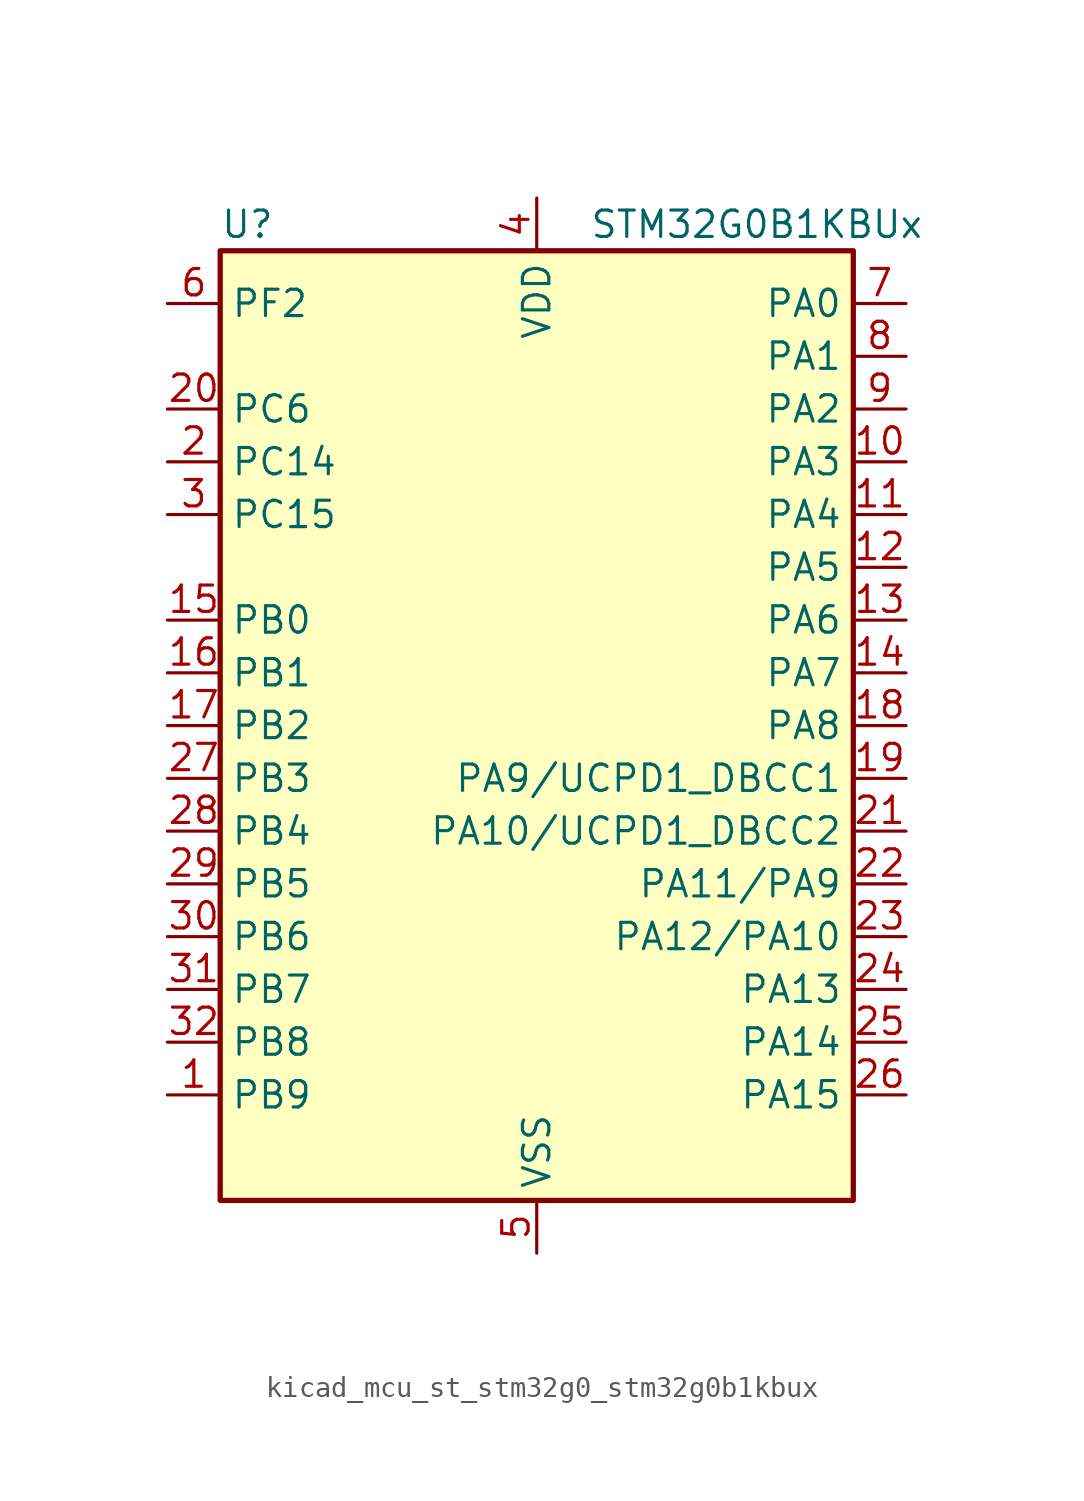
<source format=kicad_sym>
(kicad_symbol_lib
  (version 20220914)
  (generator kicad_symbol_editor)
  (symbol "kicad_mcu_st_stm32g0_stm32g0b1kbux"
    (property "Reference" "U"
      (at -15.24 24.13 0)
      (effects (font (size 1.27 1.27)) (justify left)))
    (property "Value" "STM32G0B1KBUx"
      (at 2.54 24.13 0)
      (effects (font (size 1.27 1.27)) (justify left)))
    (property "ki_locked" ""
      (at 0 0 0)
      (effects (font (size 1.27 1.27))))
    (symbol "kicad_mcu_st_stm32g0_stm32g0b1kbux_0_1"
      (rectangle (start -15.24 -22.86) (end 15.24 22.86) (stroke (width 0.254) (type default)) (fill (type background))))
    (symbol "kicad_mcu_st_stm32g0_stm32g0b1kbux_1_1"
      (pin bidirectional line (at -17.78 -17.78 0) (length 2.54) (name "PB9" (effects (font (size 1.27 1.27)))) (number "1" (effects (font (size 1.27 1.27)))) (alternate "DAC1_EXTI9" bidirectional line) (alternate "FDCAN1_TX" bidirectional line) (alternate "I2C1_SDA" bidirectional line) (alternate "I2S2_WS" bidirectional line) (alternate "IR_OUT" bidirectional line) (alternate "SPI2_NSS" bidirectional line) (alternate "TIM17_CH1" bidirectional line) (alternate "TIM4_CH4" bidirectional line) (alternate "USART3_RX" bidirectional line) (alternate "USART6_RX" bidirectional line))
      (pin bidirectional line (at 17.78 12.7 180) (length 2.54) (name "PA3" (effects (font (size 1.27 1.27)))) (number "10" (effects (font (size 1.27 1.27)))) (alternate "ADC1_IN3" bidirectional line) (alternate "COMP2_INP" bidirectional line) (alternate "I2S2_MCK" bidirectional line) (alternate "LPUART1_RX" bidirectional line) (alternate "SPI2_MISO" bidirectional line) (alternate "TIM15_CH2" bidirectional line) (alternate "TIM2_CH4" bidirectional line) (alternate "USART2_RX" bidirectional line))
      (pin bidirectional line (at 17.78 10.16 180) (length 2.54) (name "PA4" (effects (font (size 1.27 1.27)))) (number "11" (effects (font (size 1.27 1.27)))) (alternate "ADC1_IN4" bidirectional line) (alternate "DAC1_OUT1" bidirectional line) (alternate "I2S1_WS" bidirectional line) (alternate "I2S2_SD" bidirectional line) (alternate "LPTIM2_OUT" bidirectional line) (alternate "RTC_OUT1" bidirectional line) (alternate "RTC_TAMP_IN1" bidirectional line) (alternate "RTC_TS" bidirectional line) (alternate "SPI1_NSS" bidirectional line) (alternate "SPI2_MOSI" bidirectional line) (alternate "SPI3_NSS" bidirectional line) (alternate "SYS_WKUP2" bidirectional line) (alternate "TIM14_CH1" bidirectional line) (alternate "USART6_TX" bidirectional line) (alternate "USB_NOE" bidirectional line))
      (pin bidirectional line (at 17.78 7.62 180) (length 2.54) (name "PA5" (effects (font (size 1.27 1.27)))) (number "12" (effects (font (size 1.27 1.27)))) (alternate "ADC1_IN5" bidirectional line) (alternate "CEC" bidirectional line) (alternate "DAC1_OUT2" bidirectional line) (alternate "I2S1_CK" bidirectional line) (alternate "LPTIM2_ETR" bidirectional line) (alternate "SPI1_SCK" bidirectional line) (alternate "TIM2_CH1" bidirectional line) (alternate "TIM2_ETR" bidirectional line) (alternate "UCPD1_FRSTX1" bidirectional line) (alternate "UCPD1_FRSTX2" bidirectional line) (alternate "USART3_TX" bidirectional line) (alternate "USART6_RX" bidirectional line))
      (pin bidirectional line (at 17.78 5.08 180) (length 2.54) (name "PA6" (effects (font (size 1.27 1.27)))) (number "13" (effects (font (size 1.27 1.27)))) (alternate "ADC1_IN6" bidirectional line) (alternate "COMP1_OUT" bidirectional line) (alternate "I2C2_SDA" bidirectional line) (alternate "I2C3_SDA" bidirectional line) (alternate "I2S1_MCK" bidirectional line) (alternate "LPUART1_CTS" bidirectional line) (alternate "SPI1_MISO" bidirectional line) (alternate "TIM16_CH1" bidirectional line) (alternate "TIM1_BK" bidirectional line) (alternate "TIM3_CH1" bidirectional line) (alternate "USART3_CTS" bidirectional line) (alternate "USART3_NSS" bidirectional line) (alternate "USART6_CTS" bidirectional line) (alternate "USART6_NSS" bidirectional line))
      (pin bidirectional line (at 17.78 2.54 180) (length 2.54) (name "PA7" (effects (font (size 1.27 1.27)))) (number "14" (effects (font (size 1.27 1.27)))) (alternate "ADC1_IN7" bidirectional line) (alternate "COMP2_OUT" bidirectional line) (alternate "I2C2_SCL" bidirectional line) (alternate "I2C3_SCL" bidirectional line) (alternate "I2S1_SD" bidirectional line) (alternate "SPI1_MOSI" bidirectional line) (alternate "TIM14_CH1" bidirectional line) (alternate "TIM17_CH1" bidirectional line) (alternate "TIM1_CH1N" bidirectional line) (alternate "TIM3_CH2" bidirectional line) (alternate "UCPD1_FRSTX1" bidirectional line) (alternate "UCPD1_FRSTX2" bidirectional line) (alternate "USART6_CK" bidirectional line) (alternate "USART6_DE" bidirectional line) (alternate "USART6_RTS" bidirectional line))
      (pin bidirectional line (at -17.78 5.08 0) (length 2.54) (name "PB0" (effects (font (size 1.27 1.27)))) (number "15" (effects (font (size 1.27 1.27)))) (alternate "ADC1_IN8" bidirectional line) (alternate "COMP1_OUT" bidirectional line) (alternate "COMP3_INP" bidirectional line) (alternate "FDCAN2_RX" bidirectional line) (alternate "I2S1_WS" bidirectional line) (alternate "LPTIM1_OUT" bidirectional line) (alternate "LPUART2_CTS" bidirectional line) (alternate "SPI1_NSS" bidirectional line) (alternate "TIM1_CH2N" bidirectional line) (alternate "TIM3_CH3" bidirectional line) (alternate "UCPD1_FRSTX1" bidirectional line) (alternate "UCPD1_FRSTX2" bidirectional line) (alternate "USART3_RX" bidirectional line) (alternate "USART5_TX" bidirectional line))
      (pin bidirectional line (at -17.78 2.54 0) (length 2.54) (name "PB1" (effects (font (size 1.27 1.27)))) (number "16" (effects (font (size 1.27 1.27)))) (alternate "ADC1_IN9" bidirectional line) (alternate "COMP1_INM" bidirectional line) (alternate "COMP3_OUT" bidirectional line) (alternate "FDCAN2_TX" bidirectional line) (alternate "LPTIM2_IN1" bidirectional line) (alternate "LPUART1_DE" bidirectional line) (alternate "LPUART1_RTS" bidirectional line) (alternate "LPUART2_DE" bidirectional line) (alternate "LPUART2_RTS" bidirectional line) (alternate "TIM14_CH1" bidirectional line) (alternate "TIM1_CH3N" bidirectional line) (alternate "TIM3_CH4" bidirectional line) (alternate "USART3_CK" bidirectional line) (alternate "USART3_DE" bidirectional line) (alternate "USART3_RTS" bidirectional line) (alternate "USART5_RX" bidirectional line))
      (pin bidirectional line (at -17.78 0 0) (length 2.54) (name "PB2" (effects (font (size 1.27 1.27)))) (number "17" (effects (font (size 1.27 1.27)))) (alternate "ADC1_IN10" bidirectional line) (alternate "COMP1_INP" bidirectional line) (alternate "COMP3_INM" bidirectional line) (alternate "I2S2_MCK" bidirectional line) (alternate "LPTIM1_OUT" bidirectional line) (alternate "RCC_MCO_2" bidirectional line) (alternate "SPI2_MISO" bidirectional line) (alternate "USART3_TX" bidirectional line))
      (pin bidirectional line (at 17.78 0 180) (length 2.54) (name "PA8" (effects (font (size 1.27 1.27)))) (number "18" (effects (font (size 1.27 1.27)))) (alternate "CRS1_SYNC" bidirectional line) (alternate "I2C2_SMBA" bidirectional line) (alternate "I2S2_WS" bidirectional line) (alternate "LPTIM2_OUT" bidirectional line) (alternate "RCC_MCO" bidirectional line) (alternate "SPI2_NSS" bidirectional line) (alternate "TIM1_CH1" bidirectional line) (alternate "UCPD1_CC1" bidirectional line))
      (pin bidirectional line (at 17.78 -2.54 180) (length 2.54) (name "PA9/UCPD1_DBCC1" (effects (font (size 1.27 1.27)))) (number "19" (effects (font (size 1.27 1.27)))) (alternate "DAC1_EXTI9" bidirectional line) (alternate "I2C1_SCL" bidirectional line) (alternate "I2C2_SCL" bidirectional line) (alternate "I2S2_MCK" bidirectional line) (alternate "RCC_MCO" bidirectional line) (alternate "SPI2_MISO" bidirectional line) (alternate "TIM15_BK" bidirectional line) (alternate "TIM1_CH2" bidirectional line) (alternate "UCPD1_DBCC1" bidirectional line) (alternate "USART1_TX" bidirectional line))
      (pin bidirectional line (at -17.78 12.7 0) (length 2.54) (name "PC14" (effects (font (size 1.27 1.27)))) (number "2" (effects (font (size 1.27 1.27)))) (alternate "RCC_OSC32_IN" bidirectional line) (alternate "RCC_OSC_IN" bidirectional line) (alternate "TIM1_BK2" bidirectional line))
      (pin bidirectional line (at -17.78 15.24 0) (length 2.54) (name "PC6" (effects (font (size 1.27 1.27)))) (number "20" (effects (font (size 1.27 1.27)))) (alternate "LPUART2_TX" bidirectional line) (alternate "TIM2_CH3" bidirectional line) (alternate "TIM3_CH1" bidirectional line) (alternate "UCPD1_FRSTX1" bidirectional line) (alternate "UCPD1_FRSTX2" bidirectional line))
      (pin bidirectional line (at 17.78 -5.08 180) (length 2.54) (name "PA10/UCPD1_DBCC2" (effects (font (size 1.27 1.27)))) (number "21" (effects (font (size 1.27 1.27)))) (alternate "I2C1_SDA" bidirectional line) (alternate "I2C2_SDA" bidirectional line) (alternate "I2S2_SD" bidirectional line) (alternate "RCC_MCO_2" bidirectional line) (alternate "SPI2_MOSI" bidirectional line) (alternate "TIM17_BK" bidirectional line) (alternate "TIM1_CH3" bidirectional line) (alternate "UCPD1_DBCC2" bidirectional line) (alternate "USART1_RX" bidirectional line))
      (pin bidirectional line (at 17.78 -7.62 180) (length 2.54) (name "PA11/PA9" (effects (font (size 1.27 1.27)))) (number "22" (effects (font (size 1.27 1.27)))) (alternate "ADC1_EXTI11" bidirectional line) (alternate "COMP1_OUT" bidirectional line) (alternate "FDCAN1_RX" bidirectional line) (alternate "I2C2_SCL" bidirectional line) (alternate "I2S1_MCK" bidirectional line) (alternate "SPI1_MISO" bidirectional line) (alternate "TIM1_BK2" bidirectional line) (alternate "TIM1_CH4" bidirectional line) (alternate "USART1_CTS" bidirectional line) (alternate "USART1_NSS" bidirectional line) (alternate "USB_DM" bidirectional line))
      (pin bidirectional line (at 17.78 -10.16 180) (length 2.54) (name "PA12/PA10" (effects (font (size 1.27 1.27)))) (number "23" (effects (font (size 1.27 1.27)))) (alternate "COMP2_OUT" bidirectional line) (alternate "FDCAN1_TX" bidirectional line) (alternate "I2C2_SDA" bidirectional line) (alternate "I2S1_SD" bidirectional line) (alternate "I2S_CKIN" bidirectional line) (alternate "SPI1_MOSI" bidirectional line) (alternate "TIM1_ETR" bidirectional line) (alternate "USART1_CK" bidirectional line) (alternate "USART1_DE" bidirectional line) (alternate "USART1_RTS" bidirectional line) (alternate "USB_DP" bidirectional line))
      (pin bidirectional line (at 17.78 -12.7 180) (length 2.54) (name "PA13" (effects (font (size 1.27 1.27)))) (number "24" (effects (font (size 1.27 1.27)))) (alternate "IR_OUT" bidirectional line) (alternate "LPUART2_RX" bidirectional line) (alternate "SYS_SWDIO" bidirectional line) (alternate "USB_NOE" bidirectional line))
      (pin bidirectional line (at 17.78 -15.24 180) (length 2.54) (name "PA14" (effects (font (size 1.27 1.27)))) (number "25" (effects (font (size 1.27 1.27)))) (alternate "LPUART2_TX" bidirectional line) (alternate "SYS_SWCLK" bidirectional line) (alternate "USART2_TX" bidirectional line))
      (pin bidirectional line (at 17.78 -17.78 180) (length 2.54) (name "PA15" (effects (font (size 1.27 1.27)))) (number "26" (effects (font (size 1.27 1.27)))) (alternate "I2C2_SMBA" bidirectional line) (alternate "I2S1_WS" bidirectional line) (alternate "RCC_MCO_2" bidirectional line) (alternate "SPI1_NSS" bidirectional line) (alternate "SPI3_NSS" bidirectional line) (alternate "TIM2_CH1" bidirectional line) (alternate "TIM2_ETR" bidirectional line) (alternate "USART2_RX" bidirectional line) (alternate "USART3_CK" bidirectional line) (alternate "USART3_DE" bidirectional line) (alternate "USART3_RTS" bidirectional line) (alternate "USART4_CK" bidirectional line) (alternate "USART4_DE" bidirectional line) (alternate "USART4_RTS" bidirectional line) (alternate "USB_NOE" bidirectional line))
      (pin bidirectional line (at -17.78 -2.54 0) (length 2.54) (name "PB3" (effects (font (size 1.27 1.27)))) (number "27" (effects (font (size 1.27 1.27)))) (alternate "COMP2_INM" bidirectional line) (alternate "I2C2_SCL" bidirectional line) (alternate "I2C3_SCL" bidirectional line) (alternate "I2S1_CK" bidirectional line) (alternate "SPI1_SCK" bidirectional line) (alternate "SPI3_SCK" bidirectional line) (alternate "TIM1_CH2" bidirectional line) (alternate "TIM2_CH2" bidirectional line) (alternate "USART1_CK" bidirectional line) (alternate "USART1_DE" bidirectional line) (alternate "USART1_RTS" bidirectional line) (alternate "USART5_TX" bidirectional line))
      (pin bidirectional line (at -17.78 -5.08 0) (length 2.54) (name "PB4" (effects (font (size 1.27 1.27)))) (number "28" (effects (font (size 1.27 1.27)))) (alternate "COMP2_INP" bidirectional line) (alternate "I2C2_SDA" bidirectional line) (alternate "I2C3_SDA" bidirectional line) (alternate "I2S1_MCK" bidirectional line) (alternate "SPI1_MISO" bidirectional line) (alternate "SPI3_MISO" bidirectional line) (alternate "TIM17_BK" bidirectional line) (alternate "TIM3_CH1" bidirectional line) (alternate "USART1_CTS" bidirectional line) (alternate "USART1_NSS" bidirectional line) (alternate "USART5_RX" bidirectional line))
      (pin bidirectional line (at -17.78 -7.62 0) (length 2.54) (name "PB5" (effects (font (size 1.27 1.27)))) (number "29" (effects (font (size 1.27 1.27)))) (alternate "COMP2_OUT" bidirectional line) (alternate "FDCAN2_RX" bidirectional line) (alternate "I2C1_SMBA" bidirectional line) (alternate "I2S1_SD" bidirectional line) (alternate "LPTIM1_IN1" bidirectional line) (alternate "SPI1_MOSI" bidirectional line) (alternate "SPI3_MOSI" bidirectional line) (alternate "SYS_WKUP6" bidirectional line) (alternate "TIM16_BK" bidirectional line) (alternate "TIM3_CH2" bidirectional line) (alternate "USART5_CK" bidirectional line) (alternate "USART5_DE" bidirectional line) (alternate "USART5_RTS" bidirectional line))
      (pin bidirectional line (at -17.78 10.16 0) (length 2.54) (name "PC15" (effects (font (size 1.27 1.27)))) (number "3" (effects (font (size 1.27 1.27)))) (alternate "RCC_OSC32_EN" bidirectional line) (alternate "RCC_OSC32_OUT" bidirectional line) (alternate "RCC_OSC_EN" bidirectional line) (alternate "TIM15_BK" bidirectional line))
      (pin bidirectional line (at -17.78 -10.16 0) (length 2.54) (name "PB6" (effects (font (size 1.27 1.27)))) (number "30" (effects (font (size 1.27 1.27)))) (alternate "COMP2_INP" bidirectional line) (alternate "FDCAN2_TX" bidirectional line) (alternate "I2C1_SCL" bidirectional line) (alternate "I2S2_MCK" bidirectional line) (alternate "LPTIM1_ETR" bidirectional line) (alternate "LPUART2_TX" bidirectional line) (alternate "SPI2_MISO" bidirectional line) (alternate "TIM16_CH1N" bidirectional line) (alternate "TIM1_CH3" bidirectional line) (alternate "TIM4_CH1" bidirectional line) (alternate "USART1_TX" bidirectional line) (alternate "USART5_CTS" bidirectional line) (alternate "USART5_NSS" bidirectional line))
      (pin bidirectional line (at -17.78 -12.7 0) (length 2.54) (name "PB7" (effects (font (size 1.27 1.27)))) (number "31" (effects (font (size 1.27 1.27)))) (alternate "COMP2_INM" bidirectional line) (alternate "I2C1_SDA" bidirectional line) (alternate "I2S2_SD" bidirectional line) (alternate "LPTIM1_IN2" bidirectional line) (alternate "LPUART2_RX" bidirectional line) (alternate "SPI2_MOSI" bidirectional line) (alternate "SYS_PVD_IN" bidirectional line) (alternate "TIM17_CH1N" bidirectional line) (alternate "TIM4_CH2" bidirectional line) (alternate "USART1_RX" bidirectional line) (alternate "USART4_CTS" bidirectional line) (alternate "USART4_NSS" bidirectional line))
      (pin bidirectional line (at -17.78 -15.24 0) (length 2.54) (name "PB8" (effects (font (size 1.27 1.27)))) (number "32" (effects (font (size 1.27 1.27)))) (alternate "CEC" bidirectional line) (alternate "FDCAN1_RX" bidirectional line) (alternate "I2C1_SCL" bidirectional line) (alternate "I2S2_CK" bidirectional line) (alternate "SPI2_SCK" bidirectional line) (alternate "TIM15_BK" bidirectional line) (alternate "TIM16_CH1" bidirectional line) (alternate "TIM4_CH3" bidirectional line) (alternate "USART3_TX" bidirectional line) (alternate "USART6_TX" bidirectional line))
      (pin passive line (at 0 -25.4 90) (length 2.54) hide (name "VSS" (effects (font (size 1.27 1.27)))) (number "33" (effects (font (size 1.27 1.27)))))
      (pin power_in line (at 0 25.4 270) (length 2.54) (name "VDD" (effects (font (size 1.27 1.27)))) (number "4" (effects (font (size 1.27 1.27)))))
      (pin power_in line (at 0 -25.4 90) (length 2.54) (name "VSS" (effects (font (size 1.27 1.27)))) (number "5" (effects (font (size 1.27 1.27)))))
      (pin bidirectional line (at -17.78 20.32 0) (length 2.54) (name "PF2" (effects (font (size 1.27 1.27)))) (number "6" (effects (font (size 1.27 1.27)))) (alternate "LPUART2_DE" bidirectional line) (alternate "LPUART2_RTS" bidirectional line) (alternate "LPUART2_TX" bidirectional line) (alternate "RCC_MCO" bidirectional line))
      (pin bidirectional line (at 17.78 20.32 180) (length 2.54) (name "PA0" (effects (font (size 1.27 1.27)))) (number "7" (effects (font (size 1.27 1.27)))) (alternate "ADC1_IN0" bidirectional line) (alternate "COMP1_INM" bidirectional line) (alternate "COMP1_OUT" bidirectional line) (alternate "I2S2_CK" bidirectional line) (alternate "LPTIM1_OUT" bidirectional line) (alternate "RTC_TAMP_IN2" bidirectional line) (alternate "SPI2_SCK" bidirectional line) (alternate "SYS_WKUP1" bidirectional line) (alternate "TIM2_CH1" bidirectional line) (alternate "TIM2_ETR" bidirectional line) (alternate "USART2_CTS" bidirectional line) (alternate "USART2_NSS" bidirectional line) (alternate "USART4_TX" bidirectional line))
      (pin bidirectional line (at 17.78 17.78 180) (length 2.54) (name "PA1" (effects (font (size 1.27 1.27)))) (number "8" (effects (font (size 1.27 1.27)))) (alternate "ADC1_IN1" bidirectional line) (alternate "COMP1_INP" bidirectional line) (alternate "I2C1_SMBA" bidirectional line) (alternate "I2S1_CK" bidirectional line) (alternate "SPI1_SCK" bidirectional line) (alternate "TIM15_CH1N" bidirectional line) (alternate "TIM2_CH2" bidirectional line) (alternate "USART2_CK" bidirectional line) (alternate "USART2_DE" bidirectional line) (alternate "USART2_RTS" bidirectional line) (alternate "USART4_RX" bidirectional line))
      (pin bidirectional line (at 17.78 15.24 180) (length 2.54) (name "PA2" (effects (font (size 1.27 1.27)))) (number "9" (effects (font (size 1.27 1.27)))) (alternate "ADC1_IN2" bidirectional line) (alternate "COMP2_INM" bidirectional line) (alternate "COMP2_OUT" bidirectional line) (alternate "I2S1_SD" bidirectional line) (alternate "LPUART1_TX" bidirectional line) (alternate "RCC_LSCO" bidirectional line) (alternate "SPI1_MOSI" bidirectional line) (alternate "SYS_WKUP4" bidirectional line) (alternate "TIM15_CH1" bidirectional line) (alternate "TIM2_CH3" bidirectional line) (alternate "UCPD1_FRSTX1" bidirectional line) (alternate "UCPD1_FRSTX2" bidirectional line) (alternate "USART2_TX" bidirectional line)))))
</source>
